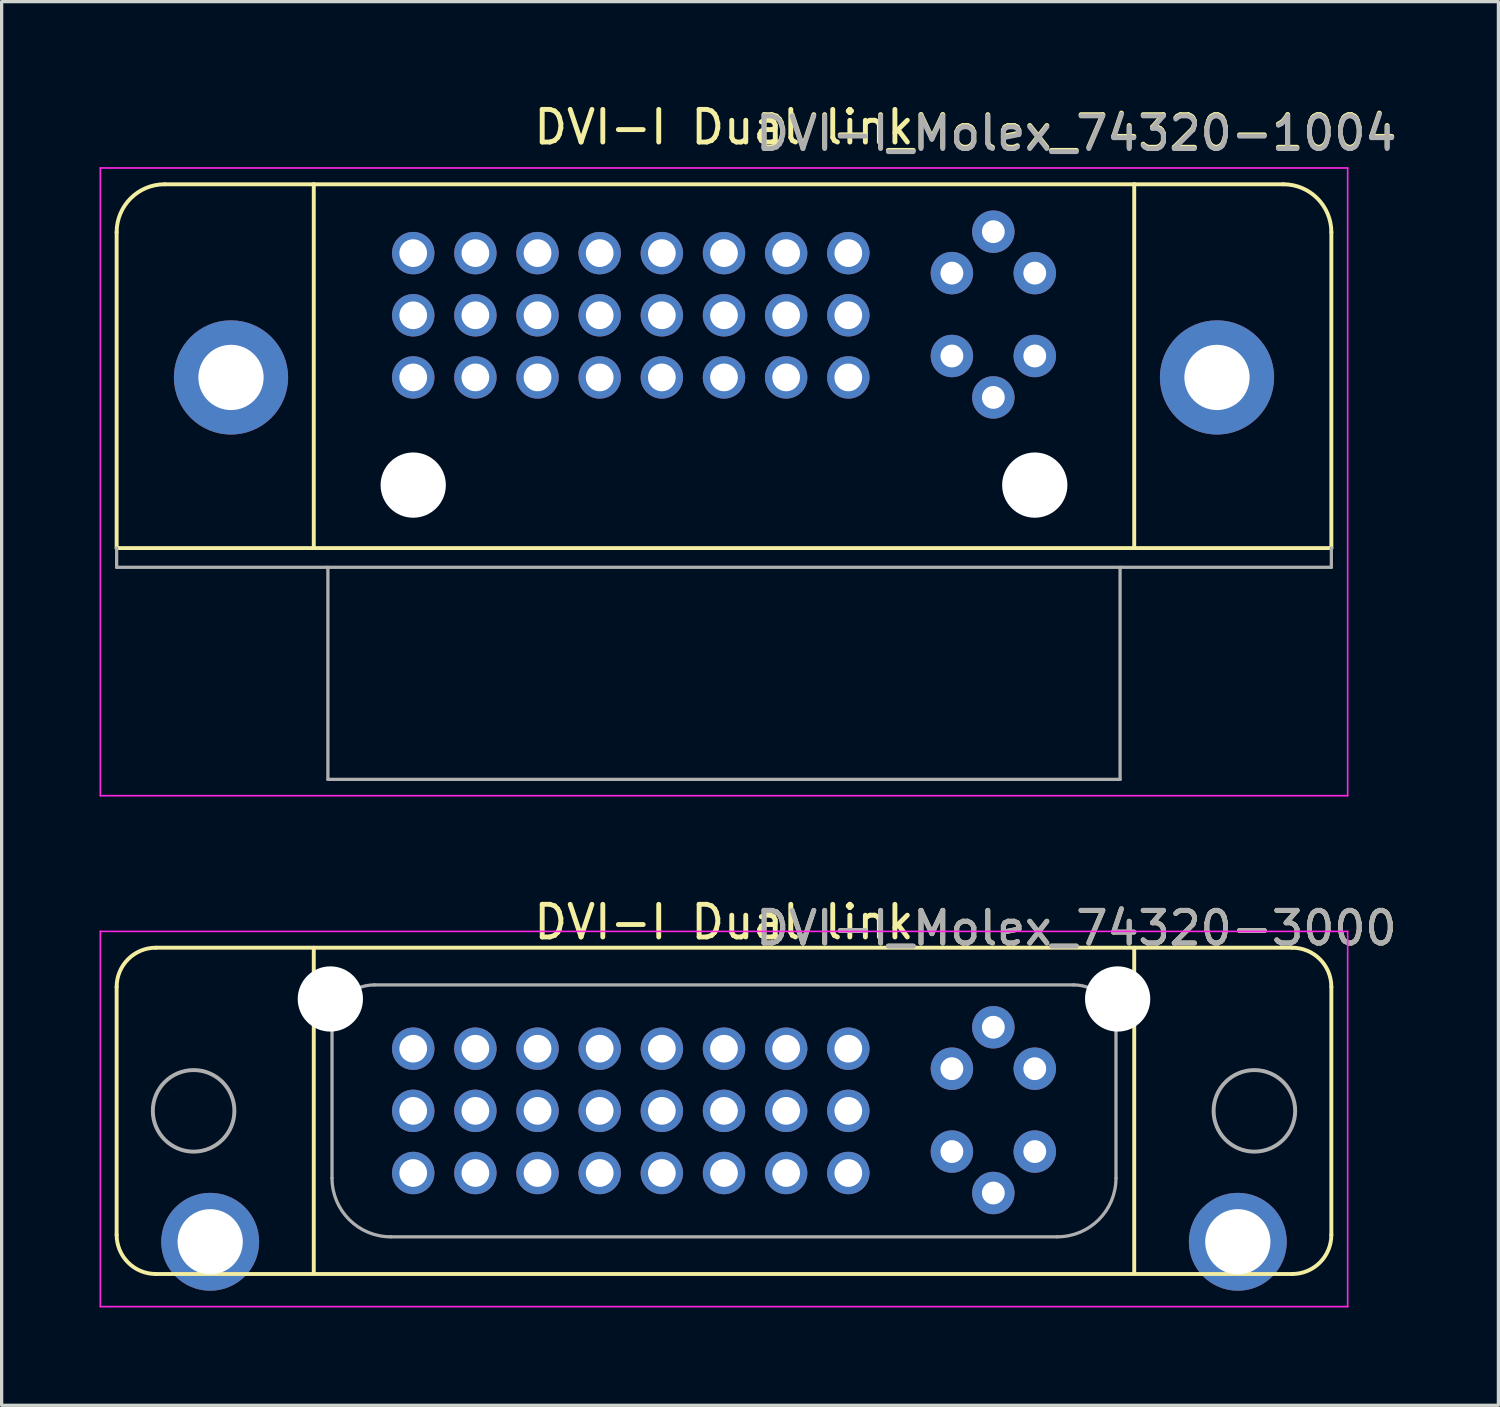
<source format=kicad_pcb>
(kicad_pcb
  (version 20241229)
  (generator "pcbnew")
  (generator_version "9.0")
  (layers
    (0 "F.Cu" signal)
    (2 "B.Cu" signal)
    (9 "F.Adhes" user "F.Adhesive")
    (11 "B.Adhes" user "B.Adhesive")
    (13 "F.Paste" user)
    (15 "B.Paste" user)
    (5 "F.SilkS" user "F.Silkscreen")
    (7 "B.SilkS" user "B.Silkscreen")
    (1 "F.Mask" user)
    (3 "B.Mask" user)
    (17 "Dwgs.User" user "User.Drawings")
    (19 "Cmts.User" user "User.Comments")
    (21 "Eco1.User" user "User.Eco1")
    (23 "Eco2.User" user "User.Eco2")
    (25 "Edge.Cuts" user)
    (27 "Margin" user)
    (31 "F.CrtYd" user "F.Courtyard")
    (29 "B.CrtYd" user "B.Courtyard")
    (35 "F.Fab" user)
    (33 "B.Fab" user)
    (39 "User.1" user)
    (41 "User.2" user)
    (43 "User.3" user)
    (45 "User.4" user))
  (footprint "DVI-I_Molex_74320-1004"
    (layer "F.Cu")
    (at 19.14 13.748)
    (property "Reference" "DVI-I_Molex_74320-1004" (at 10.8 -12.74 0) (layer "F.SilkS") (effects (font (size 1 1) (thickness 0.15))))
    (attr through_hole)
    (fp_line (start -18.615 -9.68) (end -18.615 0) (stroke (width 0.12) (type solid)) (layer "F.SilkS"))
    (fp_line (start -18.615 0) (end 18.615 0) (stroke (width 0.12) (type solid)) (layer "F.SilkS"))
    (fp_line (start -17.145 -11.15) (end -12.573 -11.15) (stroke (width 0.12) (type solid)) (layer "F.SilkS"))
    (fp_line (start -12.573 -11.15) (end -12.573 0) (stroke (width 0.12) (type solid)) (layer "F.SilkS"))
    (fp_line (start -12.573 -11.15) (end 12.573 -11.15) (stroke (width 0.12) (type solid)) (layer "F.SilkS"))
    (fp_line (start 12.573 -11.15) (end 12.573 0) (stroke (width 0.12) (type solid)) (layer "F.SilkS"))
    (fp_line (start 12.573 -11.15) (end 17.145 -11.15) (stroke (width 0.12) (type solid)) (layer "F.SilkS"))
    (fp_line (start 18.615 -9.68) (end 18.615 0) (stroke (width 0.12) (type solid)) (layer "F.SilkS"))
    (fp_arc (start -18.615 -9.68) (mid -18.184447 -10.719447) (end -17.145 -11.15) (stroke (width 0.12) (type solid)) (layer "F.SilkS"))
    (fp_arc (start 17.145 -11.15) (mid 18.184447 -10.719447) (end 18.615 -9.68) (stroke (width 0.12) (type solid)) (layer "F.SilkS"))
    (fp_line (start -19.115 -11.65) (end 19.115 -11.65) (stroke (width 0.05) (type solid)) (layer "F.CrtYd"))
    (fp_line (start -19.115 7.59) (end -19.115 -11.65) (stroke (width 0.05) (type solid)) (layer "F.CrtYd"))
    (fp_line (start 19.115 -11.65) (end 19.115 7.59) (stroke (width 0.05) (type solid)) (layer "F.CrtYd"))
    (fp_line (start 19.115 7.59) (end -19.115 7.59) (stroke (width 0.05) (type solid)) (layer "F.CrtYd"))
    (fp_line (start -18.615 0) (end -18.615 0.59) (stroke (width 0.1) (type solid)) (layer "F.Fab"))
    (fp_line (start -18.615 0.59) (end 18.615 0.59) (stroke (width 0.1) (type solid)) (layer "F.Fab"))
    (fp_line (start -12.14 7.09) (end -12.14 0.59) (stroke (width 0.1) (type solid)) (layer "F.Fab"))
    (fp_line (start -12.14 7.09) (end 12.14 7.09) (stroke (width 0.1) (type solid)) (layer "F.Fab"))
    (fp_line (start 12.14 7.09) (end 12.14 0.59) (stroke (width 0.1) (type solid)) (layer "F.Fab"))
    (fp_line (start 18.615 0.59) (end 18.615 0) (stroke (width 0.1) (type solid)) (layer "F.Fab"))
    (fp_text user "DVI-I Dual link" (at 0 -12.9 0) (layer "F.SilkS") (effects (font (size 1 1) (thickness 0.15))))
    (fp_text user "${REFERENCE}" (at 10.8 -12.7 0) (layer "F.Fab") (effects (font (size 1 1) (thickness 0.15))))
    (pad "" np_thru_hole circle (at -9.525 -1.93) (size 2 2) (drill 2) (layers "*.Cu" "*.Mask"))
    (pad "" np_thru_hole circle (at 9.525 -1.93) (size 2 2) (drill 2) (layers "*.Cu" "*.Mask"))
    (pad "1" thru_hole circle (at -9.525 -9.04) (size 1.3 1.3) (drill 0.85) (layers "*.Cu" "*.Mask"))
    (pad "2" thru_hole circle (at -7.62 -9.04) (size 1.3 1.3) (drill 0.85) (layers "*.Cu" "*.Mask"))
    (pad "3" thru_hole circle (at -5.715 -9.04) (size 1.3 1.3) (drill 0.85) (layers "*.Cu" "*.Mask"))
    (pad "4" thru_hole circle (at -3.81 -9.04) (size 1.3 1.3) (drill 0.85) (layers "*.Cu" "*.Mask"))
    (pad "5" thru_hole circle (at -1.905 -9.04) (size 1.3 1.3) (drill 0.85) (layers "*.Cu" "*.Mask"))
    (pad "6" thru_hole circle (at 0 -9.04) (size 1.3 1.3) (drill 0.85) (layers "*.Cu" "*.Mask"))
    (pad "7" thru_hole circle (at 1.905 -9.04) (size 1.3 1.3) (drill 0.85) (layers "*.Cu" "*.Mask"))
    (pad "8" thru_hole circle (at 3.81 -9.04) (size 1.3 1.3) (drill 0.85) (layers "*.Cu" "*.Mask"))
    (pad "9" thru_hole circle (at -9.525 -7.135) (size 1.3 1.3) (drill 0.85) (layers "*.Cu" "*.Mask"))
    (pad "10" thru_hole circle (at -7.62 -7.135) (size 1.3 1.3) (drill 0.85) (layers "*.Cu" "*.Mask"))
    (pad "11" thru_hole circle (at -5.715 -7.135) (size 1.3 1.3) (drill 0.85) (layers "*.Cu" "*.Mask"))
    (pad "12" thru_hole circle (at -3.81 -7.135) (size 1.3 1.3) (drill 0.85) (layers "*.Cu" "*.Mask"))
    (pad "13" thru_hole circle (at -1.905 -7.135) (size 1.3 1.3) (drill 0.85) (layers "*.Cu" "*.Mask"))
    (pad "14" thru_hole circle (at 0 -7.135) (size 1.3 1.3) (drill 0.85) (layers "*.Cu" "*.Mask"))
    (pad "15" thru_hole circle (at 1.905 -7.135) (size 1.3 1.3) (drill 0.85) (layers "*.Cu" "*.Mask"))
    (pad "16" thru_hole circle (at 3.81 -7.135) (size 1.3 1.3) (drill 0.85) (layers "*.Cu" "*.Mask"))
    (pad "17" thru_hole circle (at -9.525 -5.23) (size 1.3 1.3) (drill 0.85) (layers "*.Cu" "*.Mask"))
    (pad "18" thru_hole circle (at -7.62 -5.23) (size 1.3 1.3) (drill 0.85) (layers "*.Cu" "*.Mask"))
    (pad "19" thru_hole circle (at -5.715 -5.23) (size 1.3 1.3) (drill 0.85) (layers "*.Cu" "*.Mask"))
    (pad "20" thru_hole circle (at -3.81 -5.23) (size 1.3 1.3) (drill 0.85) (layers "*.Cu" "*.Mask"))
    (pad "21" thru_hole circle (at -1.905 -5.23) (size 1.3 1.3) (drill 0.85) (layers "*.Cu" "*.Mask"))
    (pad "22" thru_hole circle (at 0 -5.23) (size 1.3 1.3) (drill 0.85) (layers "*.Cu" "*.Mask"))
    (pad "23" thru_hole circle (at 1.905 -5.23) (size 1.3 1.3) (drill 0.85) (layers "*.Cu" "*.Mask"))
    (pad "24" thru_hole circle (at 3.81 -5.23) (size 1.3 1.3) (drill 0.85) (layers "*.Cu" "*.Mask"))
    (pad "C1" thru_hole circle (at 6.985 -8.427) (size 1.3 1.3) (drill 0.7) (layers "*.Cu" "*.Mask"))
    (pad "C2" thru_hole circle (at 9.525 -8.427) (size 1.3 1.3) (drill 0.7) (layers "*.Cu" "*.Mask"))
    (pad "C3" thru_hole circle (at 6.985 -5.887) (size 1.3 1.3) (drill 0.7) (layers "*.Cu" "*.Mask"))
    (pad "C4" thru_hole circle (at 9.525 -5.887) (size 1.3 1.3) (drill 0.7) (layers "*.Cu" "*.Mask"))
    (pad "C5" thru_hole circle (at 8.255 -9.697) (size 1.3 1.3) (drill 0.7) (layers "*.Cu" "*.Mask"))
    (pad "C5" thru_hole circle (at 8.255 -4.617) (size 1.3 1.3) (drill 0.7) (layers "*.Cu" "*.Mask"))
    (pad "SH" thru_hole circle (at -15.11 -5.23) (size 3.5 3.5) (drill 2) (layers "*.Cu" "*.Mask"))
    (pad "SH" thru_hole circle (at 15.11 -5.23) (size 3.5 3.5) (drill 2) (layers "*.Cu" "*.Mask")))
  (footprint "DVI-I_Molex_74320-3000"
    (layer "F.Cu")
    (at 19.14 30.997)
    (property "Reference" "DVI-I_Molex_74320-3000" (at 10.8 -5.6 0) (layer "F.SilkS") (effects (font (size 1 1) (thickness 0.15))))
    (attr through_hole)
    (fp_line (start -18.615 -3.8) (end -18.615 3.8) (stroke (width 0.12) (type solid)) (layer "F.SilkS"))
    (fp_line (start -17.415 -5) (end 17.415 -5) (stroke (width 0.12) (type solid)) (layer "F.SilkS"))
    (fp_line (start -17.415 5) (end 17.415 5) (stroke (width 0.12) (type solid)) (layer "F.SilkS"))
    (fp_line (start -12.573 -5) (end -12.573 4.955) (stroke (width 0.12) (type solid)) (layer "F.SilkS"))
    (fp_line (start 12.573 -5) (end 12.573 4.955) (stroke (width 0.12) (type solid)) (layer "F.SilkS"))
    (fp_line (start 18.615 -3.8) (end 18.615 3.8) (stroke (width 0.12) (type solid)) (layer "F.SilkS"))
    (fp_arc (start -18.615 -3.8) (mid -18.263528 -4.648528) (end -17.415 -5) (stroke (width 0.12) (type solid)) (layer "F.SilkS"))
    (fp_arc (start -17.415 5) (mid -18.263528 4.648528) (end -18.615 3.8) (stroke (width 0.12) (type solid)) (layer "F.SilkS"))
    (fp_arc (start 17.415 -5) (mid 18.263528 -4.648528) (end 18.615 -3.8) (stroke (width 0.12) (type solid)) (layer "F.SilkS"))
    (fp_arc (start 18.615 3.8) (mid 18.263528 4.648528) (end 17.415 5) (stroke (width 0.12) (type solid)) (layer "F.SilkS"))
    (fp_line (start -19.115 -5.5) (end 19.115 -5.5) (stroke (width 0.05) (type solid)) (layer "F.CrtYd"))
    (fp_line (start -19.115 6) (end -19.115 -5.5) (stroke (width 0.05) (type solid)) (layer "F.CrtYd"))
    (fp_line (start -19.115 6) (end 19.115 6) (stroke (width 0.05) (type solid)) (layer "F.CrtYd"))
    (fp_line (start 19.115 -5.5) (end 19.115 6) (stroke (width 0.05) (type solid)) (layer "F.CrtYd"))
    (fp_line (start -12.014 2.061) (end -12.014 -2.561) (stroke (width 0.1) (type solid)) (layer "F.Fab"))
    (fp_line (start -10.714 -3.861) (end 10.714 -3.861) (stroke (width 0.1) (type solid)) (layer "F.Fab"))
    (fp_line (start -10.214 3.861) (end 10.214 3.861) (stroke (width 0.1) (type solid)) (layer "F.Fab"))
    (fp_line (start 12.014 2.061) (end 12.014 -2.561) (stroke (width 0.1) (type solid)) (layer "F.Fab"))
    (fp_arc (start -12.0142 -2.5608) (mid -11.633439 -3.480039) (end -10.7142 -3.8608) (stroke (width 0.1) (type solid)) (layer "F.Fab"))
    (fp_arc (start -10.2142 3.8608) (mid -11.486992 3.333592) (end -12.0142 2.0608) (stroke (width 0.1) (type solid)) (layer "F.Fab"))
    (fp_arc (start 10.7142 -3.8608) (mid 11.633439 -3.480039) (end 12.0142 -2.5608) (stroke (width 0.1) (type solid)) (layer "F.Fab"))
    (fp_arc (start 12.0142 2.0608) (mid 11.486992 3.333592) (end 10.2142 3.8608) (stroke (width 0.1) (type solid)) (layer "F.Fab"))
    (fp_circle (center -16.256 0) (end -15.006 0) (stroke (width 0.12) (type solid)) (fill no) (layer "F.Fab"))
    (fp_circle (center 16.256 0) (end 17.506 0) (stroke (width 0.12) (type solid)) (fill no) (layer "F.Fab"))
    (fp_text user "DVI-I Dual link" (at 0 -5.785 0) (layer "F.SilkS") (effects (font (size 1 1) (thickness 0.15))))
    (fp_text user "${REFERENCE}" (at 10.8 -5.6 0) (layer "F.Fab") (effects (font (size 1 1) (thickness 0.15))))
    (pad "" np_thru_hole circle (at -12.065 -3.429) (size 2 2) (drill 2) (layers "*.Cu" "*.Mask"))
    (pad "" np_thru_hole circle (at 12.065 -3.429) (size 2 2) (drill 2) (layers "*.Cu" "*.Mask"))
    (pad "1" thru_hole circle (at -9.525 -1.905) (size 1.3 1.3) (drill 0.85) (layers "*.Cu" "*.Mask"))
    (pad "2" thru_hole circle (at -7.62 -1.905) (size 1.3 1.3) (drill 0.85) (layers "*.Cu" "*.Mask"))
    (pad "3" thru_hole circle (at -5.715 -1.905) (size 1.3 1.3) (drill 0.85) (layers "*.Cu" "*.Mask"))
    (pad "4" thru_hole circle (at -3.81 -1.905) (size 1.3 1.3) (drill 0.85) (layers "*.Cu" "*.Mask"))
    (pad "5" thru_hole circle (at -1.905 -1.905) (size 1.3 1.3) (drill 0.85) (layers "*.Cu" "*.Mask"))
    (pad "6" thru_hole circle (at 0 -1.905) (size 1.3 1.3) (drill 0.85) (layers "*.Cu" "*.Mask"))
    (pad "7" thru_hole circle (at 1.905 -1.905) (size 1.3 1.3) (drill 0.85) (layers "*.Cu" "*.Mask"))
    (pad "8" thru_hole circle (at 3.81 -1.905) (size 1.3 1.3) (drill 0.85) (layers "*.Cu" "*.Mask"))
    (pad "9" thru_hole circle (at -9.525 0) (size 1.3 1.3) (drill 0.85) (layers "*.Cu" "*.Mask"))
    (pad "10" thru_hole circle (at -7.62 0) (size 1.3 1.3) (drill 0.85) (layers "*.Cu" "*.Mask"))
    (pad "11" thru_hole circle (at -5.715 0) (size 1.3 1.3) (drill 0.85) (layers "*.Cu" "*.Mask"))
    (pad "12" thru_hole circle (at -3.81 0) (size 1.3 1.3) (drill 0.85) (layers "*.Cu" "*.Mask"))
    (pad "13" thru_hole circle (at -1.905 0) (size 1.3 1.3) (drill 0.85) (layers "*.Cu" "*.Mask"))
    (pad "14" thru_hole circle (at 0 0) (size 1.3 1.3) (drill 0.85) (layers "*.Cu" "*.Mask"))
    (pad "15" thru_hole circle (at 1.905 0) (size 1.3 1.3) (drill 0.85) (layers "*.Cu" "*.Mask"))
    (pad "16" thru_hole circle (at 3.81 0) (size 1.3 1.3) (drill 0.85) (layers "*.Cu" "*.Mask"))
    (pad "17" thru_hole circle (at -9.525 1.905) (size 1.3 1.3) (drill 0.85) (layers "*.Cu" "*.Mask"))
    (pad "18" thru_hole circle (at -7.62 1.905) (size 1.3 1.3) (drill 0.85) (layers "*.Cu" "*.Mask"))
    (pad "19" thru_hole circle (at -5.715 1.905) (size 1.3 1.3) (drill 0.85) (layers "*.Cu" "*.Mask"))
    (pad "20" thru_hole circle (at -3.81 1.905) (size 1.3 1.3) (drill 0.85) (layers "*.Cu" "*.Mask"))
    (pad "21" thru_hole circle (at -1.905 1.905) (size 1.3 1.3) (drill 0.85) (layers "*.Cu" "*.Mask"))
    (pad "22" thru_hole circle (at 0 1.905) (size 1.3 1.3) (drill 0.85) (layers "*.Cu" "*.Mask"))
    (pad "23" thru_hole circle (at 1.905 1.905) (size 1.3 1.3) (drill 0.85) (layers "*.Cu" "*.Mask"))
    (pad "24" thru_hole circle (at 3.81 1.905) (size 1.3 1.3) (drill 0.85) (layers "*.Cu" "*.Mask"))
    (pad "C1" thru_hole circle (at 6.985 -1.292) (size 1.3 1.3) (drill 0.7) (layers "*.Cu" "*.Mask"))
    (pad "C2" thru_hole circle (at 9.525 -1.292) (size 1.3 1.3) (drill 0.7) (layers "*.Cu" "*.Mask"))
    (pad "C3" thru_hole circle (at 6.985 1.248) (size 1.3 1.3) (drill 0.7) (layers "*.Cu" "*.Mask"))
    (pad "C4" thru_hole circle (at 9.525 1.248) (size 1.3 1.3) (drill 0.7) (layers "*.Cu" "*.Mask"))
    (pad "C5" thru_hole circle (at 8.255 -2.562) (size 1.3 1.3) (drill 0.7) (layers "*.Cu" "*.Mask"))
    (pad "C5" thru_hole circle (at 8.255 2.518) (size 1.3 1.3) (drill 0.7) (layers "*.Cu" "*.Mask"))
    (pad "SH" thru_hole circle (at -15.748 4.013) (size 3 3) (drill 2) (layers "*.Cu" "*.Mask"))
    (pad "SH" thru_hole circle (at 15.748 4.013) (size 3 3) (drill 2) (layers "*.Cu" "*.Mask")))
  (gr_rect
    (start -3 -3)
    (end 42.875 40.022)
    (stroke (width 0.1) (type default))
    (fill no)
    (layer "Edge.Cuts")))
</source>
